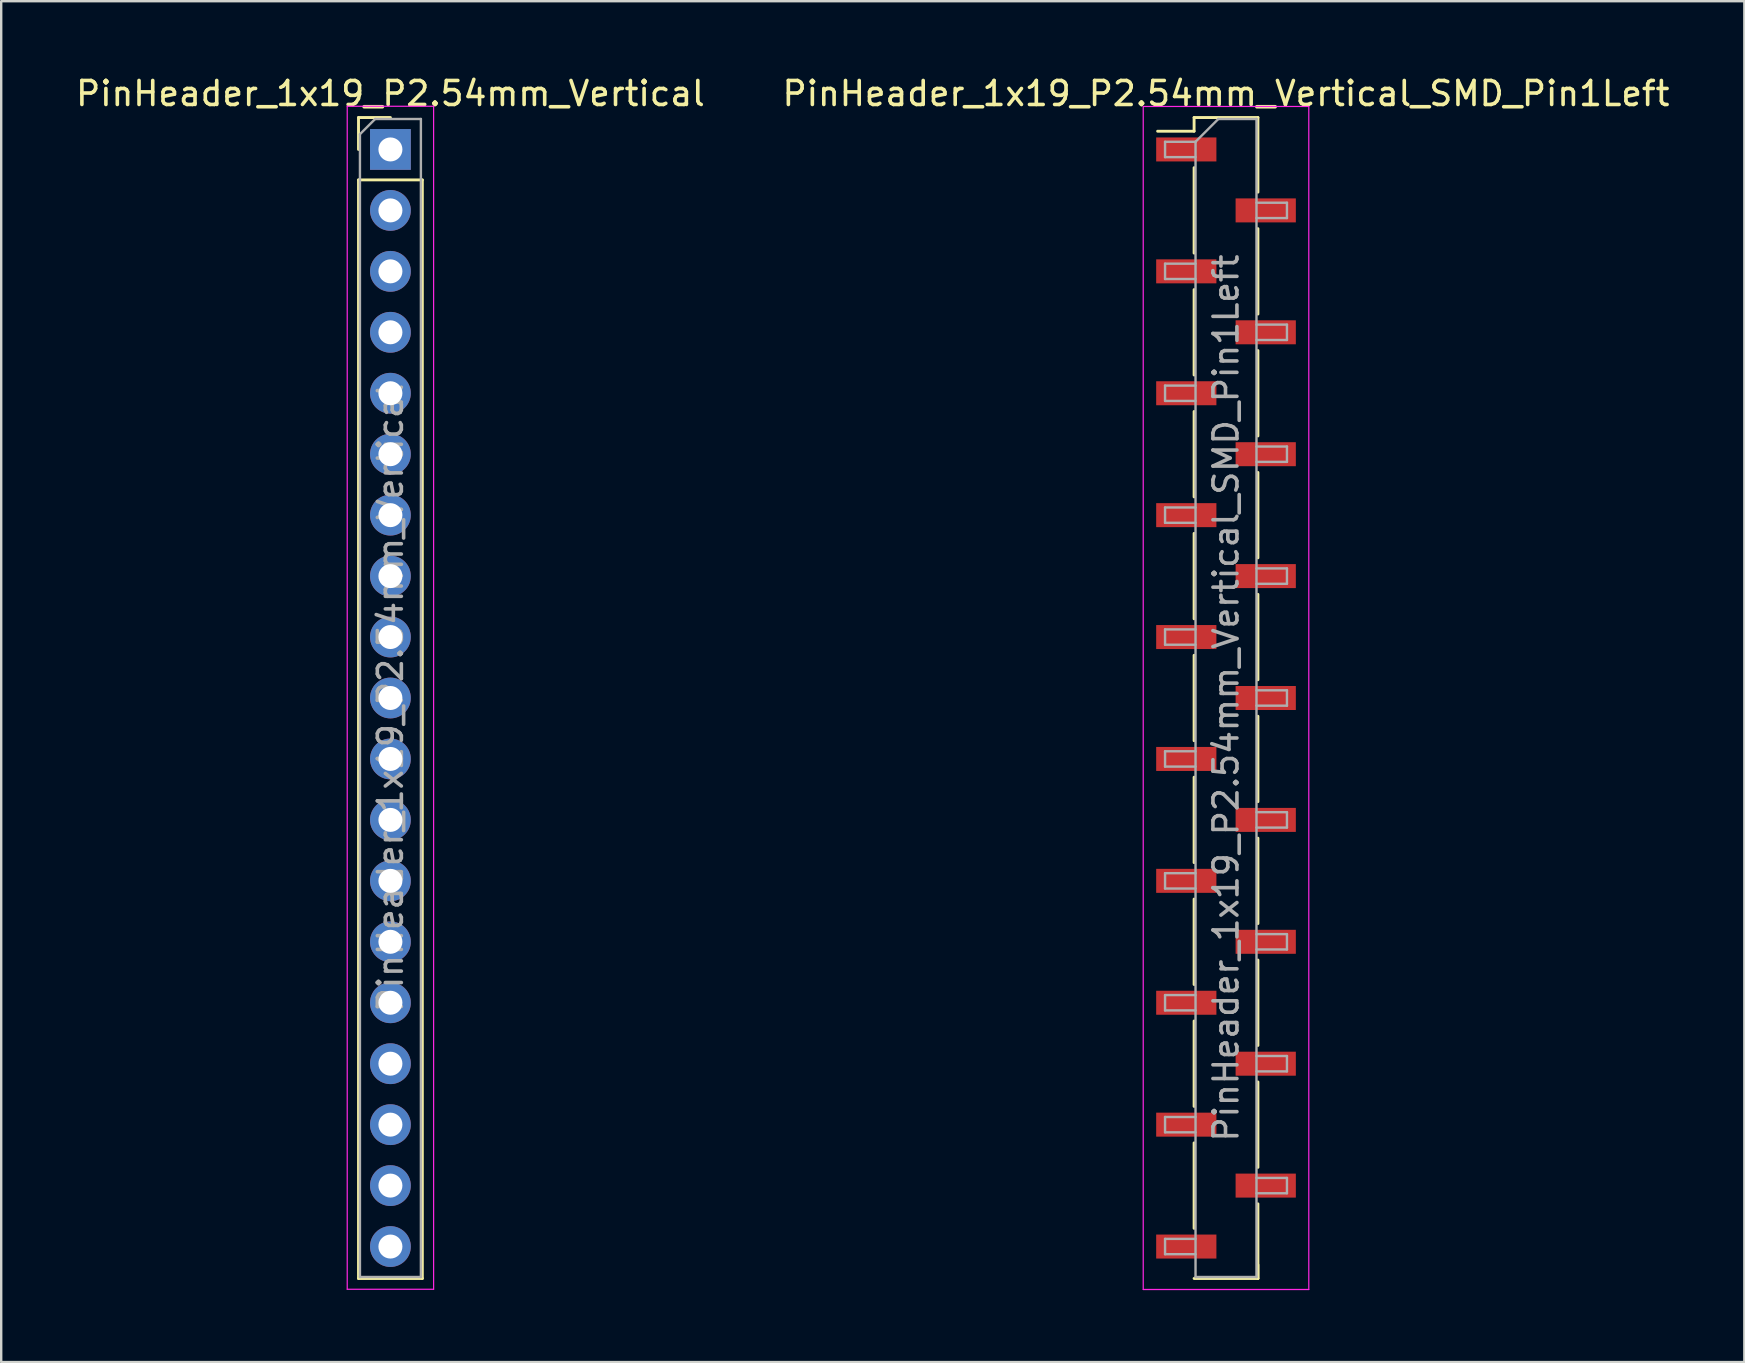
<source format=kicad_pcb>
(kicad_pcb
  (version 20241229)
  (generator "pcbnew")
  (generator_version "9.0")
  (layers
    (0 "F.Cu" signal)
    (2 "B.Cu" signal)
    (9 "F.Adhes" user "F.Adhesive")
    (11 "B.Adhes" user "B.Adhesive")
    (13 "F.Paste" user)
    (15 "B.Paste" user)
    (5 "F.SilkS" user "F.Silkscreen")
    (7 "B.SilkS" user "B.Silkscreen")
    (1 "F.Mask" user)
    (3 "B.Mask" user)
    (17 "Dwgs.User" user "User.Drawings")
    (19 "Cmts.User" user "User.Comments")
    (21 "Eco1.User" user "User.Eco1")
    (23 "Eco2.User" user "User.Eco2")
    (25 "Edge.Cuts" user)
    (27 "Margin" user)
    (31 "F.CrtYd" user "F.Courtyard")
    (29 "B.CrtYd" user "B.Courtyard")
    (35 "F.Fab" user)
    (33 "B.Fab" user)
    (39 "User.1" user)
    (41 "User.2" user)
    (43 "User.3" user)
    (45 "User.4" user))
  (footprint "PinHeader_1x19_P2.54mm_Vertical_SMD_Pin1Left"
    (layer "F.Cu")
    (at 48.042 26.038)
    (property "Reference" "PinHeader_1x19_P2.54mm_Vertical_SMD_Pin1Left" (at 0 -25.19 0) (layer "F.SilkS") (effects (font (size 1 1) (thickness 0.15))))
    (attr smd)
    (fp_line (start -1.33 -24.19) (end -1.33 -23.62) (stroke (width 0.12) (type solid)) (layer "F.SilkS"))
    (fp_line (start -1.33 -24.19) (end 1.33 -24.19) (stroke (width 0.12) (type solid)) (layer "F.SilkS"))
    (fp_line (start -1.33 -23.62) (end -2.85 -23.62) (stroke (width 0.12) (type solid)) (layer "F.SilkS"))
    (fp_line (start -1.33 -22.1) (end -1.33 -18.54) (stroke (width 0.12) (type solid)) (layer "F.SilkS"))
    (fp_line (start -1.33 -17.02) (end -1.33 -13.46) (stroke (width 0.12) (type solid)) (layer "F.SilkS"))
    (fp_line (start -1.33 -11.94) (end -1.33 -8.38) (stroke (width 0.12) (type solid)) (layer "F.SilkS"))
    (fp_line (start -1.33 -6.86) (end -1.33 -3.3) (stroke (width 0.12) (type solid)) (layer "F.SilkS"))
    (fp_line (start -1.33 -1.78) (end -1.33 1.78) (stroke (width 0.12) (type solid)) (layer "F.SilkS"))
    (fp_line (start -1.33 3.3) (end -1.33 6.86) (stroke (width 0.12) (type solid)) (layer "F.SilkS"))
    (fp_line (start -1.33 8.38) (end -1.33 11.94) (stroke (width 0.12) (type solid)) (layer "F.SilkS"))
    (fp_line (start -1.33 13.46) (end -1.33 17.02) (stroke (width 0.12) (type solid)) (layer "F.SilkS"))
    (fp_line (start -1.33 18.54) (end -1.33 22.1) (stroke (width 0.12) (type solid)) (layer "F.SilkS"))
    (fp_line (start -1.33 24.19) (end 1.33 24.19) (stroke (width 0.12) (type solid)) (layer "F.SilkS"))
    (fp_line (start 1.33 -24.19) (end 1.33 -21.08) (stroke (width 0.12) (type solid)) (layer "F.SilkS"))
    (fp_line (start 1.33 -19.56) (end 1.33 -16) (stroke (width 0.12) (type solid)) (layer "F.SilkS"))
    (fp_line (start 1.33 -14.48) (end 1.33 -10.92) (stroke (width 0.12) (type solid)) (layer "F.SilkS"))
    (fp_line (start 1.33 -9.4) (end 1.33 -5.84) (stroke (width 0.12) (type solid)) (layer "F.SilkS"))
    (fp_line (start 1.33 -4.32) (end 1.33 -0.76) (stroke (width 0.12) (type solid)) (layer "F.SilkS"))
    (fp_line (start 1.33 0.76) (end 1.33 4.32) (stroke (width 0.12) (type solid)) (layer "F.SilkS"))
    (fp_line (start 1.33 5.84) (end 1.33 9.4) (stroke (width 0.12) (type solid)) (layer "F.SilkS"))
    (fp_line (start 1.33 10.92) (end 1.33 14.48) (stroke (width 0.12) (type solid)) (layer "F.SilkS"))
    (fp_line (start 1.33 16) (end 1.33 19.56) (stroke (width 0.12) (type solid)) (layer "F.SilkS"))
    (fp_line (start 1.33 21.08) (end 1.33 24.19) (stroke (width 0.12) (type solid)) (layer "F.SilkS"))
    (fp_line (start 1.33 23.62) (end 1.33 24.19) (stroke (width 0.12) (type solid)) (layer "F.SilkS"))
    (fp_line (start -3.45 -24.65) (end -3.45 24.65) (stroke (width 0.05) (type solid)) (layer "F.CrtYd"))
    (fp_line (start -3.45 24.65) (end 3.45 24.65) (stroke (width 0.05) (type solid)) (layer "F.CrtYd"))
    (fp_line (start 3.45 -24.65) (end -3.45 -24.65) (stroke (width 0.05) (type solid)) (layer "F.CrtYd"))
    (fp_line (start 3.45 24.65) (end 3.45 -24.65) (stroke (width 0.05) (type solid)) (layer "F.CrtYd"))
    (fp_line (start -2.54 -23.18) (end -2.54 -22.54) (stroke (width 0.1) (type solid)) (layer "F.Fab"))
    (fp_line (start -2.54 -22.54) (end -1.27 -22.54) (stroke (width 0.1) (type solid)) (layer "F.Fab"))
    (fp_line (start -2.54 -18.1) (end -2.54 -17.46) (stroke (width 0.1) (type solid)) (layer "F.Fab"))
    (fp_line (start -2.54 -17.46) (end -1.27 -17.46) (stroke (width 0.1) (type solid)) (layer "F.Fab"))
    (fp_line (start -2.54 -13.02) (end -2.54 -12.38) (stroke (width 0.1) (type solid)) (layer "F.Fab"))
    (fp_line (start -2.54 -12.38) (end -1.27 -12.38) (stroke (width 0.1) (type solid)) (layer "F.Fab"))
    (fp_line (start -2.54 -7.94) (end -2.54 -7.3) (stroke (width 0.1) (type solid)) (layer "F.Fab"))
    (fp_line (start -2.54 -7.3) (end -1.27 -7.3) (stroke (width 0.1) (type solid)) (layer "F.Fab"))
    (fp_line (start -2.54 -2.86) (end -2.54 -2.22) (stroke (width 0.1) (type solid)) (layer "F.Fab"))
    (fp_line (start -2.54 -2.22) (end -1.27 -2.22) (stroke (width 0.1) (type solid)) (layer "F.Fab"))
    (fp_line (start -2.54 2.22) (end -2.54 2.86) (stroke (width 0.1) (type solid)) (layer "F.Fab"))
    (fp_line (start -2.54 2.86) (end -1.27 2.86) (stroke (width 0.1) (type solid)) (layer "F.Fab"))
    (fp_line (start -2.54 7.3) (end -2.54 7.94) (stroke (width 0.1) (type solid)) (layer "F.Fab"))
    (fp_line (start -2.54 7.94) (end -1.27 7.94) (stroke (width 0.1) (type solid)) (layer "F.Fab"))
    (fp_line (start -2.54 12.38) (end -2.54 13.02) (stroke (width 0.1) (type solid)) (layer "F.Fab"))
    (fp_line (start -2.54 13.02) (end -1.27 13.02) (stroke (width 0.1) (type solid)) (layer "F.Fab"))
    (fp_line (start -2.54 17.46) (end -2.54 18.1) (stroke (width 0.1) (type solid)) (layer "F.Fab"))
    (fp_line (start -2.54 18.1) (end -1.27 18.1) (stroke (width 0.1) (type solid)) (layer "F.Fab"))
    (fp_line (start -2.54 22.54) (end -2.54 23.18) (stroke (width 0.1) (type solid)) (layer "F.Fab"))
    (fp_line (start -2.54 23.18) (end -1.27 23.18) (stroke (width 0.1) (type solid)) (layer "F.Fab"))
    (fp_line (start -1.27 -23.18) (end -2.54 -23.18) (stroke (width 0.1) (type solid)) (layer "F.Fab"))
    (fp_line (start -1.27 -23.18) (end -0.32 -24.13) (stroke (width 0.1) (type solid)) (layer "F.Fab"))
    (fp_line (start -1.27 -18.1) (end -2.54 -18.1) (stroke (width 0.1) (type solid)) (layer "F.Fab"))
    (fp_line (start -1.27 -13.02) (end -2.54 -13.02) (stroke (width 0.1) (type solid)) (layer "F.Fab"))
    (fp_line (start -1.27 -7.94) (end -2.54 -7.94) (stroke (width 0.1) (type solid)) (layer "F.Fab"))
    (fp_line (start -1.27 -2.86) (end -2.54 -2.86) (stroke (width 0.1) (type solid)) (layer "F.Fab"))
    (fp_line (start -1.27 2.22) (end -2.54 2.22) (stroke (width 0.1) (type solid)) (layer "F.Fab"))
    (fp_line (start -1.27 7.3) (end -2.54 7.3) (stroke (width 0.1) (type solid)) (layer "F.Fab"))
    (fp_line (start -1.27 12.38) (end -2.54 12.38) (stroke (width 0.1) (type solid)) (layer "F.Fab"))
    (fp_line (start -1.27 17.46) (end -2.54 17.46) (stroke (width 0.1) (type solid)) (layer "F.Fab"))
    (fp_line (start -1.27 22.54) (end -2.54 22.54) (stroke (width 0.1) (type solid)) (layer "F.Fab"))
    (fp_line (start -1.27 24.13) (end -1.27 -23.18) (stroke (width 0.1) (type solid)) (layer "F.Fab"))
    (fp_line (start -0.32 -24.13) (end 1.27 -24.13) (stroke (width 0.1) (type solid)) (layer "F.Fab"))
    (fp_line (start 1.27 -24.13) (end 1.27 24.13) (stroke (width 0.1) (type solid)) (layer "F.Fab"))
    (fp_line (start 1.27 -20.64) (end 2.54 -20.64) (stroke (width 0.1) (type solid)) (layer "F.Fab"))
    (fp_line (start 1.27 -15.56) (end 2.54 -15.56) (stroke (width 0.1) (type solid)) (layer "F.Fab"))
    (fp_line (start 1.27 -10.48) (end 2.54 -10.48) (stroke (width 0.1) (type solid)) (layer "F.Fab"))
    (fp_line (start 1.27 -5.4) (end 2.54 -5.4) (stroke (width 0.1) (type solid)) (layer "F.Fab"))
    (fp_line (start 1.27 -0.32) (end 2.54 -0.32) (stroke (width 0.1) (type solid)) (layer "F.Fab"))
    (fp_line (start 1.27 4.76) (end 2.54 4.76) (stroke (width 0.1) (type solid)) (layer "F.Fab"))
    (fp_line (start 1.27 9.84) (end 2.54 9.84) (stroke (width 0.1) (type solid)) (layer "F.Fab"))
    (fp_line (start 1.27 14.92) (end 2.54 14.92) (stroke (width 0.1) (type solid)) (layer "F.Fab"))
    (fp_line (start 1.27 20) (end 2.54 20) (stroke (width 0.1) (type solid)) (layer "F.Fab"))
    (fp_line (start 1.27 24.13) (end -1.27 24.13) (stroke (width 0.1) (type solid)) (layer "F.Fab"))
    (fp_line (start 2.54 -20.64) (end 2.54 -20) (stroke (width 0.1) (type solid)) (layer "F.Fab"))
    (fp_line (start 2.54 -20) (end 1.27 -20) (stroke (width 0.1) (type solid)) (layer "F.Fab"))
    (fp_line (start 2.54 -15.56) (end 2.54 -14.92) (stroke (width 0.1) (type solid)) (layer "F.Fab"))
    (fp_line (start 2.54 -14.92) (end 1.27 -14.92) (stroke (width 0.1) (type solid)) (layer "F.Fab"))
    (fp_line (start 2.54 -10.48) (end 2.54 -9.84) (stroke (width 0.1) (type solid)) (layer "F.Fab"))
    (fp_line (start 2.54 -9.84) (end 1.27 -9.84) (stroke (width 0.1) (type solid)) (layer "F.Fab"))
    (fp_line (start 2.54 -5.4) (end 2.54 -4.76) (stroke (width 0.1) (type solid)) (layer "F.Fab"))
    (fp_line (start 2.54 -4.76) (end 1.27 -4.76) (stroke (width 0.1) (type solid)) (layer "F.Fab"))
    (fp_line (start 2.54 -0.32) (end 2.54 0.32) (stroke (width 0.1) (type solid)) (layer "F.Fab"))
    (fp_line (start 2.54 0.32) (end 1.27 0.32) (stroke (width 0.1) (type solid)) (layer "F.Fab"))
    (fp_line (start 2.54 4.76) (end 2.54 5.4) (stroke (width 0.1) (type solid)) (layer "F.Fab"))
    (fp_line (start 2.54 5.4) (end 1.27 5.4) (stroke (width 0.1) (type solid)) (layer "F.Fab"))
    (fp_line (start 2.54 9.84) (end 2.54 10.48) (stroke (width 0.1) (type solid)) (layer "F.Fab"))
    (fp_line (start 2.54 10.48) (end 1.27 10.48) (stroke (width 0.1) (type solid)) (layer "F.Fab"))
    (fp_line (start 2.54 14.92) (end 2.54 15.56) (stroke (width 0.1) (type solid)) (layer "F.Fab"))
    (fp_line (start 2.54 15.56) (end 1.27 15.56) (stroke (width 0.1) (type solid)) (layer "F.Fab"))
    (fp_line (start 2.54 20) (end 2.54 20.64) (stroke (width 0.1) (type solid)) (layer "F.Fab"))
    (fp_line (start 2.54 20.64) (end 1.27 20.64) (stroke (width 0.1) (type solid)) (layer "F.Fab"))
    (fp_text user "${REFERENCE}" (at 0 0 90) (layer "F.Fab") (effects (font (size 1 1) (thickness 0.15))))
    (pad "1" smd rect (at -1.655 -22.86) (size 2.51 1) (layers "F.Cu" "F.Mask" "F.Paste"))
    (pad "2" smd rect (at 1.655 -20.32) (size 2.51 1) (layers "F.Cu" "F.Mask" "F.Paste"))
    (pad "3" smd rect (at -1.655 -17.78) (size 2.51 1) (layers "F.Cu" "F.Mask" "F.Paste"))
    (pad "4" smd rect (at 1.655 -15.24) (size 2.51 1) (layers "F.Cu" "F.Mask" "F.Paste"))
    (pad "5" smd rect (at -1.655 -12.7) (size 2.51 1) (layers "F.Cu" "F.Mask" "F.Paste"))
    (pad "6" smd rect (at 1.655 -10.16) (size 2.51 1) (layers "F.Cu" "F.Mask" "F.Paste"))
    (pad "7" smd rect (at -1.655 -7.62) (size 2.51 1) (layers "F.Cu" "F.Mask" "F.Paste"))
    (pad "8" smd rect (at 1.655 -5.08) (size 2.51 1) (layers "F.Cu" "F.Mask" "F.Paste"))
    (pad "9" smd rect (at -1.655 -2.54) (size 2.51 1) (layers "F.Cu" "F.Mask" "F.Paste"))
    (pad "10" smd rect (at 1.655 0) (size 2.51 1) (layers "F.Cu" "F.Mask" "F.Paste"))
    (pad "11" smd rect (at -1.655 2.54) (size 2.51 1) (layers "F.Cu" "F.Mask" "F.Paste"))
    (pad "12" smd rect (at 1.655 5.08) (size 2.51 1) (layers "F.Cu" "F.Mask" "F.Paste"))
    (pad "13" smd rect (at -1.655 7.62) (size 2.51 1) (layers "F.Cu" "F.Mask" "F.Paste"))
    (pad "14" smd rect (at 1.655 10.16) (size 2.51 1) (layers "F.Cu" "F.Mask" "F.Paste"))
    (pad "15" smd rect (at -1.655 12.7) (size 2.51 1) (layers "F.Cu" "F.Mask" "F.Paste"))
    (pad "16" smd rect (at 1.655 15.24) (size 2.51 1) (layers "F.Cu" "F.Mask" "F.Paste"))
    (pad "17" smd rect (at -1.655 17.78) (size 2.51 1) (layers "F.Cu" "F.Mask" "F.Paste"))
    (pad "18" smd rect (at 1.655 20.32) (size 2.51 1) (layers "F.Cu" "F.Mask" "F.Paste"))
    (pad "19" smd rect (at -1.655 22.86) (size 2.51 1) (layers "F.Cu" "F.Mask" "F.Paste")))
  (footprint "PinHeader_1x19_P2.54mm_Vertical"
    (layer "F.Cu")
    (at 13.22 3.178)
    (property "Reference" "PinHeader_1x19_P2.54mm_Vertical" (at 0 -2.33 0) (layer "F.SilkS") (effects (font (size 1 1) (thickness 0.15))))
    (attr through_hole)
    (fp_line (start -1.33 -1.33) (end 0 -1.33) (stroke (width 0.12) (type solid)) (layer "F.SilkS"))
    (fp_line (start -1.33 0) (end -1.33 -1.33) (stroke (width 0.12) (type solid)) (layer "F.SilkS"))
    (fp_line (start -1.33 1.27) (end -1.33 47.05) (stroke (width 0.12) (type solid)) (layer "F.SilkS"))
    (fp_line (start -1.33 1.27) (end 1.33 1.27) (stroke (width 0.12) (type solid)) (layer "F.SilkS"))
    (fp_line (start -1.33 47.05) (end 1.33 47.05) (stroke (width 0.12) (type solid)) (layer "F.SilkS"))
    (fp_line (start 1.33 1.27) (end 1.33 47.05) (stroke (width 0.12) (type solid)) (layer "F.SilkS"))
    (fp_line (start -1.8 -1.8) (end -1.8 47.5) (stroke (width 0.05) (type solid)) (layer "F.CrtYd"))
    (fp_line (start -1.8 47.5) (end 1.8 47.5) (stroke (width 0.05) (type solid)) (layer "F.CrtYd"))
    (fp_line (start 1.8 -1.8) (end -1.8 -1.8) (stroke (width 0.05) (type solid)) (layer "F.CrtYd"))
    (fp_line (start 1.8 47.5) (end 1.8 -1.8) (stroke (width 0.05) (type solid)) (layer "F.CrtYd"))
    (fp_line (start -1.27 -0.635) (end -0.635 -1.27) (stroke (width 0.1) (type solid)) (layer "F.Fab"))
    (fp_line (start -1.27 46.99) (end -1.27 -0.635) (stroke (width 0.1) (type solid)) (layer "F.Fab"))
    (fp_line (start -0.635 -1.27) (end 1.27 -1.27) (stroke (width 0.1) (type solid)) (layer "F.Fab"))
    (fp_line (start 1.27 -1.27) (end 1.27 46.99) (stroke (width 0.1) (type solid)) (layer "F.Fab"))
    (fp_line (start 1.27 46.99) (end -1.27 46.99) (stroke (width 0.1) (type solid)) (layer "F.Fab"))
    (fp_text user "${REFERENCE}" (at 0 22.86 90) (layer "F.Fab") (effects (font (size 1 1) (thickness 0.15))))
    (pad "1" thru_hole rect (at 0 0) (size 1.7 1.7) (drill 1) (layers "*.Cu" "*.Mask"))
    (pad "2" thru_hole oval (at 0 2.54) (size 1.7 1.7) (drill 1) (layers "*.Cu" "*.Mask"))
    (pad "3" thru_hole oval (at 0 5.08) (size 1.7 1.7) (drill 1) (layers "*.Cu" "*.Mask"))
    (pad "4" thru_hole oval (at 0 7.62) (size 1.7 1.7) (drill 1) (layers "*.Cu" "*.Mask"))
    (pad "5" thru_hole oval (at 0 10.16) (size 1.7 1.7) (drill 1) (layers "*.Cu" "*.Mask"))
    (pad "6" thru_hole oval (at 0 12.7) (size 1.7 1.7) (drill 1) (layers "*.Cu" "*.Mask"))
    (pad "7" thru_hole oval (at 0 15.24) (size 1.7 1.7) (drill 1) (layers "*.Cu" "*.Mask"))
    (pad "8" thru_hole oval (at 0 17.78) (size 1.7 1.7) (drill 1) (layers "*.Cu" "*.Mask"))
    (pad "9" thru_hole oval (at 0 20.32) (size 1.7 1.7) (drill 1) (layers "*.Cu" "*.Mask"))
    (pad "10" thru_hole oval (at 0 22.86) (size 1.7 1.7) (drill 1) (layers "*.Cu" "*.Mask"))
    (pad "11" thru_hole oval (at 0 25.4) (size 1.7 1.7) (drill 1) (layers "*.Cu" "*.Mask"))
    (pad "12" thru_hole oval (at 0 27.94) (size 1.7 1.7) (drill 1) (layers "*.Cu" "*.Mask"))
    (pad "13" thru_hole oval (at 0 30.48) (size 1.7 1.7) (drill 1) (layers "*.Cu" "*.Mask"))
    (pad "14" thru_hole oval (at 0 33.02) (size 1.7 1.7) (drill 1) (layers "*.Cu" "*.Mask"))
    (pad "15" thru_hole oval (at 0 35.56) (size 1.7 1.7) (drill 1) (layers "*.Cu" "*.Mask"))
    (pad "16" thru_hole oval (at 0 38.1) (size 1.7 1.7) (drill 1) (layers "*.Cu" "*.Mask"))
    (pad "17" thru_hole oval (at 0 40.64) (size 1.7 1.7) (drill 1) (layers "*.Cu" "*.Mask"))
    (pad "18" thru_hole oval (at 0 43.18) (size 1.7 1.7) (drill 1) (layers "*.Cu" "*.Mask"))
    (pad "19" thru_hole oval (at 0 45.72) (size 1.7 1.7) (drill 1) (layers "*.Cu" "*.Mask")))
  (gr_rect
    (start -3 -3)
    (end 69.643 53.713)
    (stroke (width 0.1) (type default))
    (fill no)
    (layer "Edge.Cuts")))
</source>
